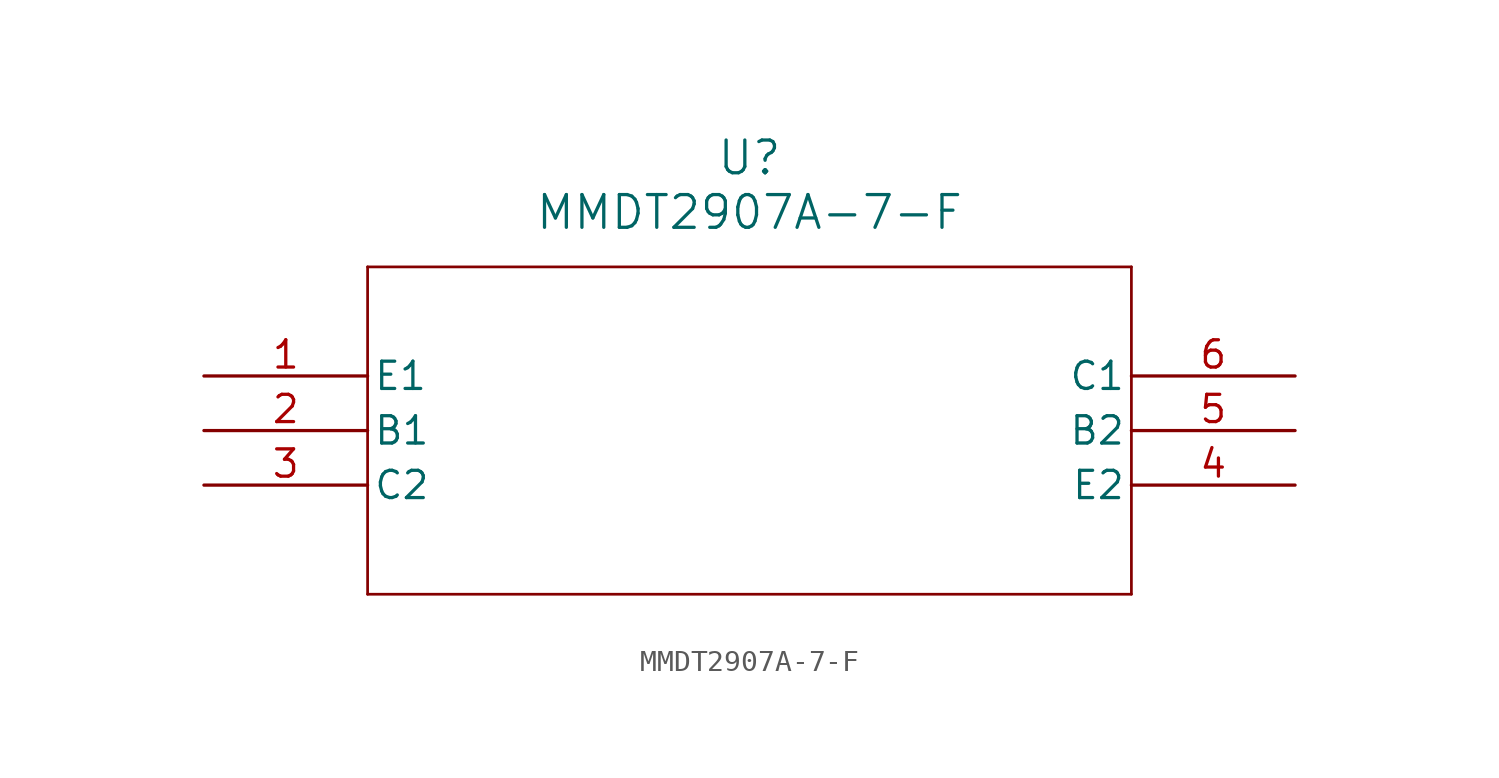
<source format=kicad_sym>
(kicad_symbol_lib
  (version 20211014)
  (generator kicad_symbol_editor)
  (symbol "MMDT2907A-7-F"
    (pin_names
      (offset 0.254))
    (property "Reference" "U"
      (at 25.4 10.16 0)
      (effects (font (size 1.524 1.524))))
    (property "Value" "MMDT2907A-7-F"
      (at 25.4 7.62 0)
      (effects (font (size 1.524 1.524))))
    (symbol "MMDT2907A-7-F_0_1"
      (polyline (pts (xy 7.62 5.08) (xy 7.62 -10.16)) (stroke (width 0.127) (type default) (color 0 0 0 0)) (fill (type none)))
      (polyline (pts (xy 7.62 -10.16) (xy 43.18 -10.16)) (stroke (width 0.127) (type default) (color 0 0 0 0)) (fill (type none)))
      (polyline (pts (xy 43.18 -10.16) (xy 43.18 5.08)) (stroke (width 0.127) (type default) (color 0 0 0 0)) (fill (type none)))
      (polyline (pts (xy 43.18 5.08) (xy 7.62 5.08)) (stroke (width 0.127) (type default) (color 0 0 0 0)) (fill (type none)))
      (pin unspecified line (at 0 0 0) (length 7.62) (name "E1" (effects (font (size 1.27 1.27)))) (number "1" (effects (font (size 1.27 1.27)))))
      (pin unspecified line (at 0 -2.54 0) (length 7.62) (name "B1" (effects (font (size 1.27 1.27)))) (number "2" (effects (font (size 1.27 1.27)))))
      (pin unspecified line (at 0 -5.08 0) (length 7.62) (name "C2" (effects (font (size 1.27 1.27)))) (number "3" (effects (font (size 1.27 1.27)))))
      (pin unspecified line (at 50.8 -5.08 180) (length 7.62) (name "E2" (effects (font (size 1.27 1.27)))) (number "4" (effects (font (size 1.27 1.27)))))
      (pin unspecified line (at 50.8 -2.54 180) (length 7.62) (name "B2" (effects (font (size 1.27 1.27)))) (number "5" (effects (font (size 1.27 1.27)))))
      (pin unspecified line (at 50.8 0 180) (length 7.62) (name "C1" (effects (font (size 1.27 1.27)))) (number "6" (effects (font (size 1.27 1.27))))))))
</source>
